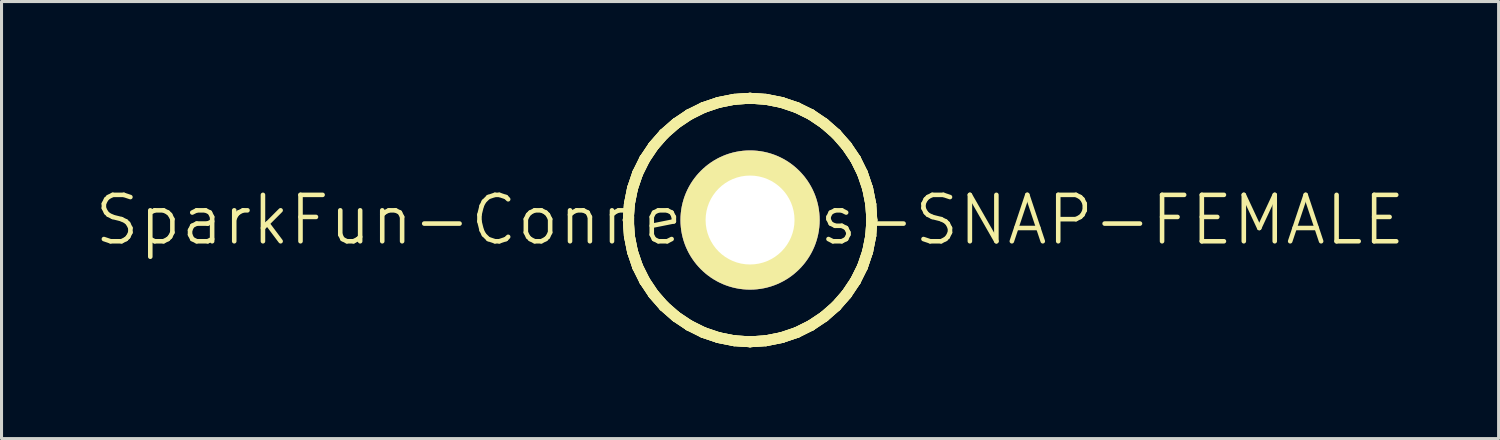
<source format=kicad_pcb>
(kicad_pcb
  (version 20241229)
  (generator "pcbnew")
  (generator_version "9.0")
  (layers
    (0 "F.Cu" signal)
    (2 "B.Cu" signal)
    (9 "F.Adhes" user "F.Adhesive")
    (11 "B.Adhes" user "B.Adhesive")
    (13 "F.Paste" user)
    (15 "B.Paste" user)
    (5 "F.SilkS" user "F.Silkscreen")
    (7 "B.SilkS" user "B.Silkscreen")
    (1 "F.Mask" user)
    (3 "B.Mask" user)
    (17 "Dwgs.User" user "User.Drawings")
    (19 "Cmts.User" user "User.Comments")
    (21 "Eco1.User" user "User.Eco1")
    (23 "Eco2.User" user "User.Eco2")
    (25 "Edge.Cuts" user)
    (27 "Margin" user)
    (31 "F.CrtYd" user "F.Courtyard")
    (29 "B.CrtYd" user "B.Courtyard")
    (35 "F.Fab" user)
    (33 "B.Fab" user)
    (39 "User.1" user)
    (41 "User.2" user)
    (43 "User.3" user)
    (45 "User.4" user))
  (footprint "SparkFun-Connectors-SNAP-FEMALE"
    (layer "F.Cu")
    (at 21.59 4.178)
    (property "Reference" "SparkFun-Connectors-SNAP-FEMALE" (at 0 0 0) (layer "F.SilkS") (effects (font (size 1.524 1.524) (thickness 0.15))))
    (attr exclude_from_pos_files exclude_from_bom)
    (fp_line (start -4 0) (end -3.965 -0.521) (stroke (width 0.254) (type solid)) (layer "B.Cu"))
    (fp_line (start -3.965 -0.521) (end -3.863 -1.034) (stroke (width 0.254) (type solid)) (layer "B.Cu"))
    (fp_line (start -3.965 0.521) (end -4 0) (stroke (width 0.254) (type solid)) (layer "B.Cu"))
    (fp_line (start -3.863 -1.034) (end -3.696 -1.529) (stroke (width 0.254) (type solid)) (layer "B.Cu"))
    (fp_line (start -3.863 1.034) (end -3.965 0.521) (stroke (width 0.254) (type solid)) (layer "B.Cu"))
    (fp_line (start -3.696 -1.529) (end -3.462 -1.999) (stroke (width 0.254) (type solid)) (layer "B.Cu"))
    (fp_line (start -3.696 1.529) (end -3.863 1.034) (stroke (width 0.254) (type solid)) (layer "B.Cu"))
    (fp_line (start -3.462 -1.999) (end -3.172 -2.433) (stroke (width 0.254) (type solid)) (layer "B.Cu"))
    (fp_line (start -3.462 1.999) (end -3.696 1.529) (stroke (width 0.254) (type solid)) (layer "B.Cu"))
    (fp_line (start -3.172 -2.433) (end -2.827 -2.827) (stroke (width 0.254) (type solid)) (layer "B.Cu"))
    (fp_line (start -3.172 2.433) (end -3.462 1.999) (stroke (width 0.254) (type solid)) (layer "B.Cu"))
    (fp_line (start -2.827 -2.827) (end -2.433 -3.172) (stroke (width 0.254) (type solid)) (layer "B.Cu"))
    (fp_line (start -2.827 2.827) (end -3.172 2.433) (stroke (width 0.254) (type solid)) (layer "B.Cu"))
    (fp_line (start -2.433 -3.172) (end -1.999 -3.462) (stroke (width 0.254) (type solid)) (layer "B.Cu"))
    (fp_line (start -2.433 3.172) (end -2.827 2.827) (stroke (width 0.254) (type solid)) (layer "B.Cu"))
    (fp_line (start -1.999 -3.462) (end -1.529 -3.696) (stroke (width 0.254) (type solid)) (layer "B.Cu"))
    (fp_line (start -1.999 3.462) (end -2.433 3.172) (stroke (width 0.254) (type solid)) (layer "B.Cu"))
    (fp_line (start -1.529 -3.696) (end -1.034 -3.863) (stroke (width 0.254) (type solid)) (layer "B.Cu"))
    (fp_line (start -1.529 3.696) (end -1.999 3.462) (stroke (width 0.254) (type solid)) (layer "B.Cu"))
    (fp_line (start -1.034 -3.863) (end -0.521 -3.965) (stroke (width 0.254) (type solid)) (layer "B.Cu"))
    (fp_line (start -1.034 3.863) (end -1.529 3.696) (stroke (width 0.254) (type solid)) (layer "B.Cu"))
    (fp_line (start -0.521 -3.965) (end 0 -4) (stroke (width 0.254) (type solid)) (layer "B.Cu"))
    (fp_line (start -0.521 3.965) (end -1.034 3.863) (stroke (width 0.254) (type solid)) (layer "B.Cu"))
    (fp_line (start 0 -4) (end 0.521 -3.965) (stroke (width 0.254) (type solid)) (layer "B.Cu"))
    (fp_line (start 0 4) (end -0.521 3.965) (stroke (width 0.254) (type solid)) (layer "B.Cu"))
    (fp_line (start 0.521 -3.965) (end 1.034 -3.863) (stroke (width 0.254) (type solid)) (layer "B.Cu"))
    (fp_line (start 0.521 3.965) (end 0 4) (stroke (width 0.254) (type solid)) (layer "B.Cu"))
    (fp_line (start 1.034 -3.863) (end 1.529 -3.696) (stroke (width 0.254) (type solid)) (layer "B.Cu"))
    (fp_line (start 1.034 3.863) (end 0.521 3.965) (stroke (width 0.254) (type solid)) (layer "B.Cu"))
    (fp_line (start 1.529 -3.696) (end 1.999 -3.465) (stroke (width 0.254) (type solid)) (layer "B.Cu"))
    (fp_line (start 1.529 3.696) (end 1.034 3.863) (stroke (width 0.254) (type solid)) (layer "B.Cu"))
    (fp_line (start 1.999 -3.465) (end 2.433 -3.172) (stroke (width 0.254) (type solid)) (layer "B.Cu"))
    (fp_line (start 1.999 3.462) (end 1.529 3.696) (stroke (width 0.254) (type solid)) (layer "B.Cu"))
    (fp_line (start 2.433 -3.172) (end 2.827 -2.827) (stroke (width 0.254) (type solid)) (layer "B.Cu"))
    (fp_line (start 2.433 3.172) (end 1.999 3.462) (stroke (width 0.254) (type solid)) (layer "B.Cu"))
    (fp_line (start 2.827 -2.827) (end 3.172 -2.433) (stroke (width 0.254) (type solid)) (layer "B.Cu"))
    (fp_line (start 2.827 2.827) (end 2.433 3.172) (stroke (width 0.254) (type solid)) (layer "B.Cu"))
    (fp_line (start 3.172 -2.433) (end 3.465 -1.999) (stroke (width 0.254) (type solid)) (layer "B.Cu"))
    (fp_line (start 3.172 2.433) (end 2.827 2.827) (stroke (width 0.254) (type solid)) (layer "B.Cu"))
    (fp_line (start 3.462 1.999) (end 3.172 2.433) (stroke (width 0.254) (type solid)) (layer "B.Cu"))
    (fp_line (start 3.465 -1.999) (end 3.696 -1.529) (stroke (width 0.254) (type solid)) (layer "B.Cu"))
    (fp_line (start 3.696 -1.529) (end 3.863 -1.034) (stroke (width 0.254) (type solid)) (layer "B.Cu"))
    (fp_line (start 3.696 1.529) (end 3.462 1.999) (stroke (width 0.254) (type solid)) (layer "B.Cu"))
    (fp_line (start 3.863 -1.034) (end 3.965 -0.521) (stroke (width 0.254) (type solid)) (layer "B.Cu"))
    (fp_line (start 3.863 1.034) (end 3.696 1.529) (stroke (width 0.254) (type solid)) (layer "B.Cu"))
    (fp_line (start 3.965 -0.521) (end 4 0) (stroke (width 0.254) (type solid)) (layer "B.Cu"))
    (fp_line (start 3.965 0.521) (end 3.863 1.034) (stroke (width 0.254) (type solid)) (layer "B.Cu"))
    (fp_line (start 4 0) (end 3.965 0.521) (stroke (width 0.254) (type solid)) (layer "B.Cu"))
    (fp_line (start -4 0) (end -3.965 -0.521) (stroke (width 0.356) (type solid)) (layer "F.SilkS"))
    (fp_line (start -4 0) (end -3.965 -0.521) (stroke (width 0.356) (type solid)) (layer "F.SilkS"))
    (fp_line (start -4 0) (end -3.965 -0.521) (stroke (width 0.356) (type solid)) (layer "F.SilkS"))
    (fp_line (start -3.965 -0.521) (end -3.863 -1.034) (stroke (width 0.356) (type solid)) (layer "F.SilkS"))
    (fp_line (start -3.965 -0.521) (end -3.863 -1.034) (stroke (width 0.356) (type solid)) (layer "F.SilkS"))
    (fp_line (start -3.965 -0.521) (end -3.863 -1.034) (stroke (width 0.356) (type solid)) (layer "F.SilkS"))
    (fp_line (start -3.965 0.521) (end -4 0) (stroke (width 0.356) (type solid)) (layer "F.SilkS"))
    (fp_line (start -3.965 0.521) (end -4 0) (stroke (width 0.356) (type solid)) (layer "F.SilkS"))
    (fp_line (start -3.965 0.521) (end -4 0) (stroke (width 0.356) (type solid)) (layer "F.SilkS"))
    (fp_line (start -3.863 -1.034) (end -3.696 -1.529) (stroke (width 0.356) (type solid)) (layer "F.SilkS"))
    (fp_line (start -3.863 -1.034) (end -3.696 -1.529) (stroke (width 0.356) (type solid)) (layer "F.SilkS"))
    (fp_line (start -3.863 -1.034) (end -3.696 -1.529) (stroke (width 0.356) (type solid)) (layer "F.SilkS"))
    (fp_line (start -3.863 1.034) (end -3.965 0.521) (stroke (width 0.356) (type solid)) (layer "F.SilkS"))
    (fp_line (start -3.863 1.034) (end -3.965 0.521) (stroke (width 0.356) (type solid)) (layer "F.SilkS"))
    (fp_line (start -3.863 1.034) (end -3.965 0.521) (stroke (width 0.356) (type solid)) (layer "F.SilkS"))
    (fp_line (start -3.696 -1.529) (end -3.465 -1.999) (stroke (width 0.356) (type solid)) (layer "F.SilkS"))
    (fp_line (start -3.696 -1.529) (end -3.462 -1.999) (stroke (width 0.356) (type solid)) (layer "F.SilkS"))
    (fp_line (start -3.696 -1.529) (end -3.462 -1.999) (stroke (width 0.356) (type solid)) (layer "F.SilkS"))
    (fp_line (start -3.696 1.529) (end -3.863 1.034) (stroke (width 0.356) (type solid)) (layer "F.SilkS"))
    (fp_line (start -3.696 1.529) (end -3.863 1.034) (stroke (width 0.356) (type solid)) (layer "F.SilkS"))
    (fp_line (start -3.696 1.529) (end -3.863 1.034) (stroke (width 0.356) (type solid)) (layer "F.SilkS"))
    (fp_line (start -3.465 -1.999) (end -3.172 -2.433) (stroke (width 0.356) (type solid)) (layer "F.SilkS"))
    (fp_line (start -3.462 -1.999) (end -3.172 -2.433) (stroke (width 0.356) (type solid)) (layer "F.SilkS"))
    (fp_line (start -3.462 -1.999) (end -3.172 -2.433) (stroke (width 0.356) (type solid)) (layer "F.SilkS"))
    (fp_line (start -3.462 1.999) (end -3.696 1.529) (stroke (width 0.356) (type solid)) (layer "F.SilkS"))
    (fp_line (start -3.462 1.999) (end -3.696 1.529) (stroke (width 0.356) (type solid)) (layer "F.SilkS"))
    (fp_line (start -3.462 1.999) (end -3.696 1.529) (stroke (width 0.356) (type solid)) (layer "F.SilkS"))
    (fp_line (start -3.172 -2.433) (end -2.827 -2.827) (stroke (width 0.356) (type solid)) (layer "F.SilkS"))
    (fp_line (start -3.172 -2.433) (end -2.827 -2.827) (stroke (width 0.356) (type solid)) (layer "F.SilkS"))
    (fp_line (start -3.172 -2.433) (end -2.827 -2.827) (stroke (width 0.356) (type solid)) (layer "F.SilkS"))
    (fp_line (start -3.172 2.433) (end -3.462 1.999) (stroke (width 0.356) (type solid)) (layer "F.SilkS"))
    (fp_line (start -3.172 2.433) (end -3.462 1.999) (stroke (width 0.356) (type solid)) (layer "F.SilkS"))
    (fp_line (start -3.172 2.433) (end -3.462 1.999) (stroke (width 0.356) (type solid)) (layer "F.SilkS"))
    (fp_line (start -2.827 -2.827) (end -2.433 -3.172) (stroke (width 0.356) (type solid)) (layer "F.SilkS"))
    (fp_line (start -2.827 -2.827) (end -2.433 -3.172) (stroke (width 0.356) (type solid)) (layer "F.SilkS"))
    (fp_line (start -2.827 -2.827) (end -2.433 -3.172) (stroke (width 0.356) (type solid)) (layer "F.SilkS"))
    (fp_line (start -2.827 2.827) (end -3.172 2.433) (stroke (width 0.356) (type solid)) (layer "F.SilkS"))
    (fp_line (start -2.827 2.827) (end -3.172 2.433) (stroke (width 0.356) (type solid)) (layer "F.SilkS"))
    (fp_line (start -2.827 2.827) (end -3.172 2.433) (stroke (width 0.356) (type solid)) (layer "F.SilkS"))
    (fp_line (start -2.433 -3.172) (end -1.999 -3.465) (stroke (width 0.356) (type solid)) (layer "F.SilkS"))
    (fp_line (start -2.433 -3.172) (end -1.999 -3.462) (stroke (width 0.356) (type solid)) (layer "F.SilkS"))
    (fp_line (start -2.433 -3.172) (end -1.999 -3.462) (stroke (width 0.356) (type solid)) (layer "F.SilkS"))
    (fp_line (start -2.433 3.172) (end -2.827 2.827) (stroke (width 0.356) (type solid)) (layer "F.SilkS"))
    (fp_line (start -2.433 3.172) (end -2.827 2.827) (stroke (width 0.356) (type solid)) (layer "F.SilkS"))
    (fp_line (start -2.433 3.172) (end -2.827 2.827) (stroke (width 0.356) (type solid)) (layer "F.SilkS"))
    (fp_line (start -1.999 -3.465) (end -1.529 -3.696) (stroke (width 0.356) (type solid)) (layer "F.SilkS"))
    (fp_line (start -1.999 -3.462) (end -1.529 -3.696) (stroke (width 0.356) (type solid)) (layer "F.SilkS"))
    (fp_line (start -1.999 -3.462) (end -1.529 -3.696) (stroke (width 0.356) (type solid)) (layer "F.SilkS"))
    (fp_line (start -1.999 3.462) (end -2.433 3.172) (stroke (width 0.356) (type solid)) (layer "F.SilkS"))
    (fp_line (start -1.999 3.462) (end -2.433 3.172) (stroke (width 0.356) (type solid)) (layer "F.SilkS"))
    (fp_line (start -1.999 3.462) (end -2.433 3.172) (stroke (width 0.356) (type solid)) (layer "F.SilkS"))
    (fp_line (start -1.529 -3.696) (end -1.034 -3.863) (stroke (width 0.356) (type solid)) (layer "F.SilkS"))
    (fp_line (start -1.529 -3.696) (end -1.034 -3.863) (stroke (width 0.356) (type solid)) (layer "F.SilkS"))
    (fp_line (start -1.529 -3.696) (end -1.034 -3.863) (stroke (width 0.356) (type solid)) (layer "F.SilkS"))
    (fp_line (start -1.529 3.696) (end -1.999 3.462) (stroke (width 0.356) (type solid)) (layer "F.SilkS"))
    (fp_line (start -1.529 3.696) (end -1.999 3.462) (stroke (width 0.356) (type solid)) (layer "F.SilkS"))
    (fp_line (start -1.529 3.696) (end -1.999 3.462) (stroke (width 0.356) (type solid)) (layer "F.SilkS"))
    (fp_line (start -1.034 -3.863) (end -0.521 -3.965) (stroke (width 0.356) (type solid)) (layer "F.SilkS"))
    (fp_line (start -1.034 -3.863) (end -0.521 -3.965) (stroke (width 0.356) (type solid)) (layer "F.SilkS"))
    (fp_line (start -1.034 -3.863) (end -0.521 -3.965) (stroke (width 0.356) (type solid)) (layer "F.SilkS"))
    (fp_line (start -1.034 3.863) (end -1.529 3.696) (stroke (width 0.356) (type solid)) (layer "F.SilkS"))
    (fp_line (start -1.034 3.863) (end -1.529 3.696) (stroke (width 0.356) (type solid)) (layer "F.SilkS"))
    (fp_line (start -1.034 3.863) (end -1.529 3.696) (stroke (width 0.356) (type solid)) (layer "F.SilkS"))
    (fp_line (start -0.521 -3.965) (end 0 -4) (stroke (width 0.356) (type solid)) (layer "F.SilkS"))
    (fp_line (start -0.521 -3.965) (end 0 -4) (stroke (width 0.356) (type solid)) (layer "F.SilkS"))
    (fp_line (start -0.521 -3.965) (end 0 -4) (stroke (width 0.356) (type solid)) (layer "F.SilkS"))
    (fp_line (start -0.521 3.965) (end -1.034 3.863) (stroke (width 0.356) (type solid)) (layer "F.SilkS"))
    (fp_line (start -0.521 3.965) (end -1.034 3.863) (stroke (width 0.356) (type solid)) (layer "F.SilkS"))
    (fp_line (start -0.521 3.965) (end -1.034 3.863) (stroke (width 0.356) (type solid)) (layer "F.SilkS"))
    (fp_line (start 0 -4) (end 0.521 -3.965) (stroke (width 0.356) (type solid)) (layer "F.SilkS"))
    (fp_line (start 0 -4) (end 0.521 -3.965) (stroke (width 0.356) (type solid)) (layer "F.SilkS"))
    (fp_line (start 0 -4) (end 0.521 -3.965) (stroke (width 0.356) (type solid)) (layer "F.SilkS"))
    (fp_line (start 0 4) (end -0.521 3.965) (stroke (width 0.356) (type solid)) (layer "F.SilkS"))
    (fp_line (start 0 4) (end -0.521 3.965) (stroke (width 0.356) (type solid)) (layer "F.SilkS"))
    (fp_line (start 0 4) (end -0.521 3.965) (stroke (width 0.356) (type solid)) (layer "F.SilkS"))
    (fp_line (start 0.521 -3.965) (end 1.034 -3.863) (stroke (width 0.356) (type solid)) (layer "F.SilkS"))
    (fp_line (start 0.521 -3.965) (end 1.034 -3.863) (stroke (width 0.356) (type solid)) (layer "F.SilkS"))
    (fp_line (start 0.521 -3.965) (end 1.034 -3.863) (stroke (width 0.356) (type solid)) (layer "F.SilkS"))
    (fp_line (start 0.521 3.965) (end 0 4) (stroke (width 0.356) (type solid)) (layer "F.SilkS"))
    (fp_line (start 0.521 3.965) (end 0 4) (stroke (width 0.356) (type solid)) (layer "F.SilkS"))
    (fp_line (start 0.521 3.965) (end 0 4) (stroke (width 0.356) (type solid)) (layer "F.SilkS"))
    (fp_line (start 1.034 -3.863) (end 1.529 -3.696) (stroke (width 0.356) (type solid)) (layer "F.SilkS"))
    (fp_line (start 1.034 -3.863) (end 1.529 -3.696) (stroke (width 0.356) (type solid)) (layer "F.SilkS"))
    (fp_line (start 1.034 -3.863) (end 1.529 -3.696) (stroke (width 0.356) (type solid)) (layer "F.SilkS"))
    (fp_line (start 1.034 3.863) (end 0.521 3.965) (stroke (width 0.356) (type solid)) (layer "F.SilkS"))
    (fp_line (start 1.034 3.863) (end 0.521 3.965) (stroke (width 0.356) (type solid)) (layer "F.SilkS"))
    (fp_line (start 1.034 3.863) (end 0.521 3.965) (stroke (width 0.356) (type solid)) (layer "F.SilkS"))
    (fp_line (start 1.529 -3.696) (end 1.999 -3.465) (stroke (width 0.356) (type solid)) (layer "F.SilkS"))
    (fp_line (start 1.529 -3.696) (end 1.999 -3.465) (stroke (width 0.356) (type solid)) (layer "F.SilkS"))
    (fp_line (start 1.529 -3.696) (end 1.999 -3.465) (stroke (width 0.356) (type solid)) (layer "F.SilkS"))
    (fp_line (start 1.529 3.696) (end 1.034 3.863) (stroke (width 0.356) (type solid)) (layer "F.SilkS"))
    (fp_line (start 1.529 3.696) (end 1.034 3.863) (stroke (width 0.356) (type solid)) (layer "F.SilkS"))
    (fp_line (start 1.529 3.696) (end 1.034 3.863) (stroke (width 0.356) (type solid)) (layer "F.SilkS"))
    (fp_line (start 1.999 -3.465) (end 2.433 -3.172) (stroke (width 0.356) (type solid)) (layer "F.SilkS"))
    (fp_line (start 1.999 -3.465) (end 2.433 -3.172) (stroke (width 0.356) (type solid)) (layer "F.SilkS"))
    (fp_line (start 1.999 -3.465) (end 2.433 -3.172) (stroke (width 0.356) (type solid)) (layer "F.SilkS"))
    (fp_line (start 1.999 3.462) (end 1.529 3.696) (stroke (width 0.356) (type solid)) (layer "F.SilkS"))
    (fp_line (start 1.999 3.462) (end 1.529 3.696) (stroke (width 0.356) (type solid)) (layer "F.SilkS"))
    (fp_line (start 1.999 3.462) (end 1.529 3.696) (stroke (width 0.356) (type solid)) (layer "F.SilkS"))
    (fp_line (start 2.433 -3.172) (end 2.827 -2.827) (stroke (width 0.356) (type solid)) (layer "F.SilkS"))
    (fp_line (start 2.433 -3.172) (end 2.827 -2.827) (stroke (width 0.356) (type solid)) (layer "F.SilkS"))
    (fp_line (start 2.433 -3.172) (end 2.827 -2.827) (stroke (width 0.356) (type solid)) (layer "F.SilkS"))
    (fp_line (start 2.433 3.172) (end 1.999 3.462) (stroke (width 0.356) (type solid)) (layer "F.SilkS"))
    (fp_line (start 2.433 3.172) (end 1.999 3.462) (stroke (width 0.356) (type solid)) (layer "F.SilkS"))
    (fp_line (start 2.433 3.172) (end 1.999 3.462) (stroke (width 0.356) (type solid)) (layer "F.SilkS"))
    (fp_line (start 2.827 -2.827) (end 3.172 -2.433) (stroke (width 0.356) (type solid)) (layer "F.SilkS"))
    (fp_line (start 2.827 -2.827) (end 3.172 -2.433) (stroke (width 0.356) (type solid)) (layer "F.SilkS"))
    (fp_line (start 2.827 -2.827) (end 3.172 -2.433) (stroke (width 0.356) (type solid)) (layer "F.SilkS"))
    (fp_line (start 2.827 2.827) (end 2.433 3.172) (stroke (width 0.356) (type solid)) (layer "F.SilkS"))
    (fp_line (start 2.827 2.827) (end 2.433 3.172) (stroke (width 0.356) (type solid)) (layer "F.SilkS"))
    (fp_line (start 2.827 2.827) (end 2.433 3.172) (stroke (width 0.356) (type solid)) (layer "F.SilkS"))
    (fp_line (start 3.172 -2.433) (end 3.465 -1.999) (stroke (width 0.356) (type solid)) (layer "F.SilkS"))
    (fp_line (start 3.172 -2.433) (end 3.465 -1.999) (stroke (width 0.356) (type solid)) (layer "F.SilkS"))
    (fp_line (start 3.172 -2.433) (end 3.465 -1.999) (stroke (width 0.356) (type solid)) (layer "F.SilkS"))
    (fp_line (start 3.172 2.433) (end 2.827 2.827) (stroke (width 0.356) (type solid)) (layer "F.SilkS"))
    (fp_line (start 3.172 2.433) (end 2.827 2.827) (stroke (width 0.356) (type solid)) (layer "F.SilkS"))
    (fp_line (start 3.172 2.433) (end 2.827 2.827) (stroke (width 0.356) (type solid)) (layer "F.SilkS"))
    (fp_line (start 3.462 1.999) (end 3.172 2.433) (stroke (width 0.356) (type solid)) (layer "F.SilkS"))
    (fp_line (start 3.462 1.999) (end 3.172 2.433) (stroke (width 0.356) (type solid)) (layer "F.SilkS"))
    (fp_line (start 3.462 1.999) (end 3.172 2.433) (stroke (width 0.356) (type solid)) (layer "F.SilkS"))
    (fp_line (start 3.465 -1.999) (end 3.696 -1.529) (stroke (width 0.356) (type solid)) (layer "F.SilkS"))
    (fp_line (start 3.465 -1.999) (end 3.696 -1.529) (stroke (width 0.356) (type solid)) (layer "F.SilkS"))
    (fp_line (start 3.465 -1.999) (end 3.696 -1.529) (stroke (width 0.356) (type solid)) (layer "F.SilkS"))
    (fp_line (start 3.696 -1.529) (end 3.863 -1.034) (stroke (width 0.356) (type solid)) (layer "F.SilkS"))
    (fp_line (start 3.696 -1.529) (end 3.863 -1.034) (stroke (width 0.356) (type solid)) (layer "F.SilkS"))
    (fp_line (start 3.696 -1.529) (end 3.863 -1.034) (stroke (width 0.356) (type solid)) (layer "F.SilkS"))
    (fp_line (start 3.696 1.529) (end 3.462 1.999) (stroke (width 0.356) (type solid)) (layer "F.SilkS"))
    (fp_line (start 3.696 1.529) (end 3.462 1.999) (stroke (width 0.356) (type solid)) (layer "F.SilkS"))
    (fp_line (start 3.696 1.529) (end 3.462 1.999) (stroke (width 0.356) (type solid)) (layer "F.SilkS"))
    (fp_line (start 3.863 -1.034) (end 3.965 -0.521) (stroke (width 0.356) (type solid)) (layer "F.SilkS"))
    (fp_line (start 3.863 -1.034) (end 3.965 -0.521) (stroke (width 0.356) (type solid)) (layer "F.SilkS"))
    (fp_line (start 3.863 -1.034) (end 3.965 -0.521) (stroke (width 0.356) (type solid)) (layer "F.SilkS"))
    (fp_line (start 3.863 1.034) (end 3.696 1.529) (stroke (width 0.356) (type solid)) (layer "F.SilkS"))
    (fp_line (start 3.863 1.034) (end 3.696 1.529) (stroke (width 0.356) (type solid)) (layer "F.SilkS"))
    (fp_line (start 3.863 1.034) (end 3.696 1.529) (stroke (width 0.356) (type solid)) (layer "F.SilkS"))
    (fp_line (start 3.965 -0.521) (end 4 0) (stroke (width 0.356) (type solid)) (layer "F.SilkS"))
    (fp_line (start 3.965 -0.521) (end 4 0) (stroke (width 0.356) (type solid)) (layer "F.SilkS"))
    (fp_line (start 3.965 -0.521) (end 4 0) (stroke (width 0.356) (type solid)) (layer "F.SilkS"))
    (fp_line (start 3.965 0.521) (end 3.863 1.034) (stroke (width 0.356) (type solid)) (layer "F.SilkS"))
    (fp_line (start 3.965 0.521) (end 3.863 1.034) (stroke (width 0.356) (type solid)) (layer "F.SilkS"))
    (fp_line (start 3.965 0.521) (end 3.863 1.034) (stroke (width 0.356) (type solid)) (layer "F.SilkS"))
    (fp_line (start 4 0) (end 3.965 0.521) (stroke (width 0.356) (type solid)) (layer "F.SilkS"))
    (fp_line (start 4 0) (end 3.965 0.521) (stroke (width 0.356) (type solid)) (layer "F.SilkS"))
    (fp_line (start 4 0) (end 3.965 0.521) (stroke (width 0.356) (type solid)) (layer "F.SilkS"))
    (pad "1" thru_hole circle (at 0 0) (size 4.572 4.572) (drill 2.921) (layers "*.Cu" "F.Mask" "F.SilkS" "F.Paste")))
  (gr_rect
    (start -3 -3)
    (end 46.18 11.357)
    (stroke (width 0.1) (type default))
    (fill no)
    (layer "Edge.Cuts")))
</source>
